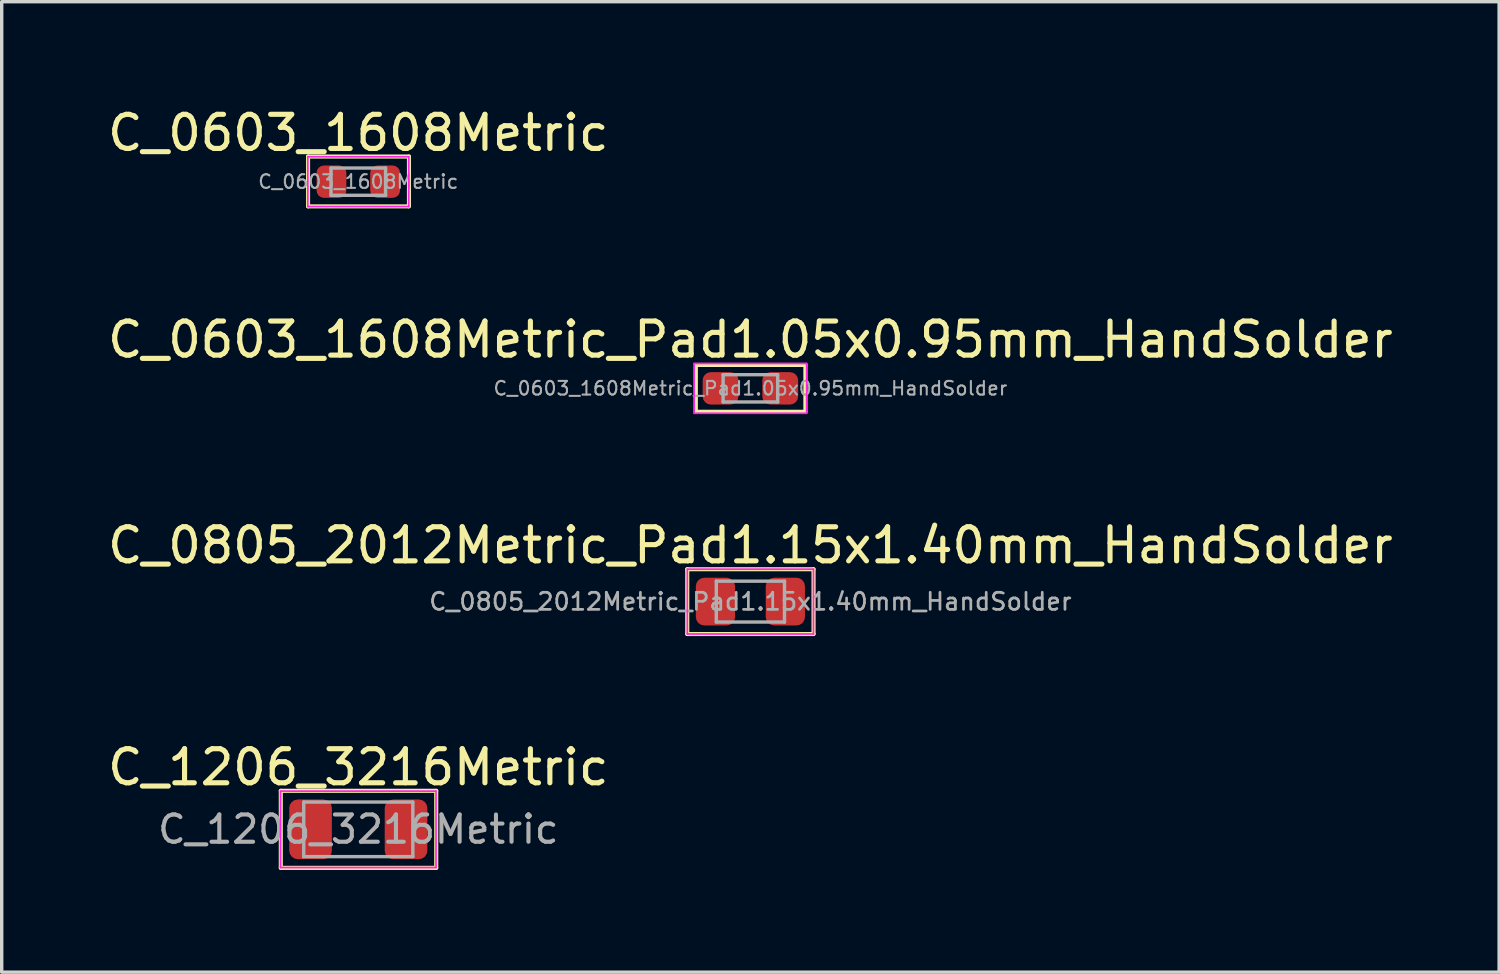
<source format=kicad_pcb>
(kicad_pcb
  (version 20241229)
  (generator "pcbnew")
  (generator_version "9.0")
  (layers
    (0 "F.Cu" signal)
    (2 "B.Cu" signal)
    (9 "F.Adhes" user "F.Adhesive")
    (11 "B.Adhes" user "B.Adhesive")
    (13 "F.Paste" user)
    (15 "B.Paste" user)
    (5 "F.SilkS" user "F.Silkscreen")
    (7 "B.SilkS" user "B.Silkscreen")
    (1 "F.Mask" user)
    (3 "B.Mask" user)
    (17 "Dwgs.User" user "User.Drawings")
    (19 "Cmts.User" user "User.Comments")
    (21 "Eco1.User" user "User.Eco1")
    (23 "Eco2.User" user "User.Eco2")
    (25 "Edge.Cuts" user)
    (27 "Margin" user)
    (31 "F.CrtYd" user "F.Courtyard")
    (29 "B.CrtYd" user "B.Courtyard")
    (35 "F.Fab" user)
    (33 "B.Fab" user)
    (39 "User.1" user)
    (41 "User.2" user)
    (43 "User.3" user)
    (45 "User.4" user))
  (footprint "C_0603_1608Metric"
    (layer "F.Cu")
    (at 7.458 2.278)
    (property "Reference" "C_0603_1608Metric" (at 0 -1.43 0) (layer "F.SilkS") (effects (font (size 1 1) (thickness 0.15))))
    (attr smd)
    (fp_line (start -1.473 -0.737) (end 1.486 -0.737) (stroke (width 0.12) (type solid)) (layer "F.SilkS"))
    (fp_line (start -1.473 0.724) (end -1.473 -0.737) (stroke (width 0.12) (type solid)) (layer "F.SilkS"))
    (fp_line (start -1.473 0.724) (end 1.473 0.724) (stroke (width 0.12) (type solid)) (layer "F.SilkS"))
    (fp_line (start 1.486 -0.737) (end 1.486 0.724) (stroke (width 0.12) (type solid)) (layer "F.SilkS"))
    (fp_line (start -1.48 -0.73) (end 1.48 -0.73) (stroke (width 0.05) (type solid)) (layer "F.CrtYd"))
    (fp_line (start -1.48 0.73) (end -1.48 -0.73) (stroke (width 0.05) (type solid)) (layer "F.CrtYd"))
    (fp_line (start 1.48 -0.73) (end 1.48 0.73) (stroke (width 0.05) (type solid)) (layer "F.CrtYd"))
    (fp_line (start 1.48 0.73) (end -1.48 0.73) (stroke (width 0.05) (type solid)) (layer "F.CrtYd"))
    (fp_line (start -0.8 -0.4) (end 0.8 -0.4) (stroke (width 0.1) (type solid)) (layer "F.Fab"))
    (fp_line (start -0.8 0.4) (end -0.8 -0.4) (stroke (width 0.1) (type solid)) (layer "F.Fab"))
    (fp_line (start 0.8 -0.4) (end 0.8 0.4) (stroke (width 0.1) (type solid)) (layer "F.Fab"))
    (fp_line (start 0.8 0.4) (end -0.8 0.4) (stroke (width 0.1) (type solid)) (layer "F.Fab"))
    (fp_text user "${REFERENCE}" (at 0 0 0) (layer "F.Fab") (effects (font (size 0.4 0.4) (thickness 0.06))))
    (pad "1" smd roundrect (at -0.787 0) (size 0.875 0.95) (layers "F.Cu" "F.Mask" "F.Paste") (roundrect_rratio 0.25))
    (pad "2" smd roundrect (at 0.787 0) (size 0.875 0.95) (layers "F.Cu" "F.Mask" "F.Paste") (roundrect_rratio 0.25)))
  (footprint "C_1206_3216Metric"
    (layer "F.Cu")
    (at 7.458 21.273)
    (property "Reference" "C_1206_3216Metric" (at 0 -1.82 0) (layer "F.SilkS") (effects (font (size 1 1) (thickness 0.15))))
    (attr smd)
    (fp_line (start -2.273 -1.13) (end -2.273 1.13) (stroke (width 0.12) (type solid)) (layer "F.SilkS"))
    (fp_line (start -2.273 -1.13) (end 2.286 -1.13) (stroke (width 0.12) (type solid)) (layer "F.SilkS"))
    (fp_line (start -2.273 1.13) (end 2.286 1.13) (stroke (width 0.12) (type solid)) (layer "F.SilkS"))
    (fp_line (start 2.286 -1.13) (end 2.286 1.13) (stroke (width 0.12) (type solid)) (layer "F.SilkS"))
    (fp_line (start -2.28 -1.12) (end 2.28 -1.12) (stroke (width 0.05) (type solid)) (layer "F.CrtYd"))
    (fp_line (start -2.28 1.12) (end -2.28 -1.12) (stroke (width 0.05) (type solid)) (layer "F.CrtYd"))
    (fp_line (start 2.28 -1.12) (end 2.28 1.12) (stroke (width 0.05) (type solid)) (layer "F.CrtYd"))
    (fp_line (start 2.28 1.12) (end -2.28 1.12) (stroke (width 0.05) (type solid)) (layer "F.CrtYd"))
    (fp_line (start -1.6 -0.8) (end 1.6 -0.8) (stroke (width 0.1) (type solid)) (layer "F.Fab"))
    (fp_line (start -1.6 0.8) (end -1.6 -0.8) (stroke (width 0.1) (type solid)) (layer "F.Fab"))
    (fp_line (start 1.6 -0.8) (end 1.6 0.8) (stroke (width 0.1) (type solid)) (layer "F.Fab"))
    (fp_line (start 1.6 0.8) (end -1.6 0.8) (stroke (width 0.1) (type solid)) (layer "F.Fab"))
    (fp_text user "${REFERENCE}" (at 0 0 0) (layer "F.Fab") (effects (font (size 0.8 0.8) (thickness 0.12))))
    (pad "1" smd roundrect (at -1.4 0) (size 1.25 1.75) (layers "F.Cu" "F.Mask" "F.Paste") (roundrect_rratio 0.2))
    (pad "2" smd roundrect (at 1.4 0) (size 1.25 1.75) (layers "F.Cu" "F.Mask" "F.Paste") (roundrect_rratio 0.2)))
  (footprint "C_0805_2012Metric_Pad1.15x1.40mm_HandSolder"
    (layer "F.Cu")
    (at 18.958 14.594)
    (property "Reference" "C_0805_2012Metric_Pad1.15x1.40mm_HandSolder" (at 0 -1.65 0) (layer "F.SilkS") (effects (font (size 1 1) (thickness 0.15))))
    (attr smd)
    (fp_line (start -1.852 -0.949) (end -1.852 0.949) (stroke (width 0.12) (type solid)) (layer "F.SilkS"))
    (fp_line (start -1.852 -0.949) (end 1.852 -0.949) (stroke (width 0.12) (type solid)) (layer "F.SilkS"))
    (fp_line (start -1.852 0.951) (end 1.852 0.951) (stroke (width 0.12) (type solid)) (layer "F.SilkS"))
    (fp_line (start 1.852 -0.949) (end 1.852 0.949) (stroke (width 0.12) (type solid)) (layer "F.SilkS"))
    (fp_line (start -1.85 -0.95) (end 1.85 -0.95) (stroke (width 0.05) (type solid)) (layer "F.CrtYd"))
    (fp_line (start -1.85 0.95) (end -1.85 -0.95) (stroke (width 0.05) (type solid)) (layer "F.CrtYd"))
    (fp_line (start 1.85 -0.95) (end 1.85 0.95) (stroke (width 0.05) (type solid)) (layer "F.CrtYd"))
    (fp_line (start 1.85 0.95) (end -1.85 0.95) (stroke (width 0.05) (type solid)) (layer "F.CrtYd"))
    (fp_line (start -1 -0.6) (end 1 -0.6) (stroke (width 0.1) (type solid)) (layer "F.Fab"))
    (fp_line (start -1 0.6) (end -1 -0.6) (stroke (width 0.1) (type solid)) (layer "F.Fab"))
    (fp_line (start 1 -0.6) (end 1 0.6) (stroke (width 0.1) (type solid)) (layer "F.Fab"))
    (fp_line (start 1 0.6) (end -1 0.6) (stroke (width 0.1) (type solid)) (layer "F.Fab"))
    (fp_text user "${REFERENCE}" (at 0 0 0) (layer "F.Fab") (effects (font (size 0.5 0.5) (thickness 0.08))))
    (pad "1" smd roundrect (at -1.025 0) (size 1.15 1.4) (layers "F.Cu" "F.Mask" "F.Paste") (roundrect_rratio 0.217))
    (pad "2" smd roundrect (at 1.025 0) (size 1.15 1.4) (layers "F.Cu" "F.Mask" "F.Paste") (roundrect_rratio 0.217)))
  (footprint "C_0603_1608Metric_Pad1.05x0.95mm_HandSolder"
    (layer "F.Cu")
    (at 18.958 8.34)
    (property "Reference" "C_0603_1608Metric_Pad1.05x0.95mm_HandSolder" (at 0 -1.43 0) (layer "F.SilkS") (effects (font (size 1 1) (thickness 0.15))))
    (attr smd)
    (fp_line (start -1.6 -0.686) (end -1.6 0.673) (stroke (width 0.12) (type solid)) (layer "F.SilkS"))
    (fp_line (start -1.6 -0.686) (end 1.613 -0.686) (stroke (width 0.12) (type solid)) (layer "F.SilkS"))
    (fp_line (start -1.6 0.686) (end 1.613 0.686) (stroke (width 0.12) (type solid)) (layer "F.SilkS"))
    (fp_line (start 1.613 -0.686) (end 1.613 0.686) (stroke (width 0.12) (type solid)) (layer "F.SilkS"))
    (fp_line (start -1.65 -0.73) (end 1.65 -0.73) (stroke (width 0.05) (type solid)) (layer "F.CrtYd"))
    (fp_line (start -1.65 0.73) (end -1.65 -0.73) (stroke (width 0.05) (type solid)) (layer "F.CrtYd"))
    (fp_line (start 1.65 -0.73) (end 1.65 0.73) (stroke (width 0.05) (type solid)) (layer "F.CrtYd"))
    (fp_line (start 1.65 0.73) (end -1.65 0.73) (stroke (width 0.05) (type solid)) (layer "F.CrtYd"))
    (fp_line (start -0.8 -0.4) (end 0.8 -0.4) (stroke (width 0.1) (type solid)) (layer "F.Fab"))
    (fp_line (start -0.8 0.4) (end -0.8 -0.4) (stroke (width 0.1) (type solid)) (layer "F.Fab"))
    (fp_line (start 0.8 -0.4) (end 0.8 0.4) (stroke (width 0.1) (type solid)) (layer "F.Fab"))
    (fp_line (start 0.8 0.4) (end -0.8 0.4) (stroke (width 0.1) (type solid)) (layer "F.Fab"))
    (fp_text user "${REFERENCE}" (at 0 0 0) (layer "F.Fab") (effects (font (size 0.4 0.4) (thickness 0.06))))
    (pad "1" smd roundrect (at -0.875 0) (size 1.05 0.95) (layers "F.Cu" "F.Mask" "F.Paste") (roundrect_rratio 0.25))
    (pad "2" smd roundrect (at 0.875 0) (size 1.05 0.95) (layers "F.Cu" "F.Mask" "F.Paste") (roundrect_rratio 0.25)))
  (gr_rect
    (start -3 -3)
    (end 40.917 25.463)
    (stroke (width 0.1) (type default))
    (fill no)
    (layer "Edge.Cuts")))
</source>
